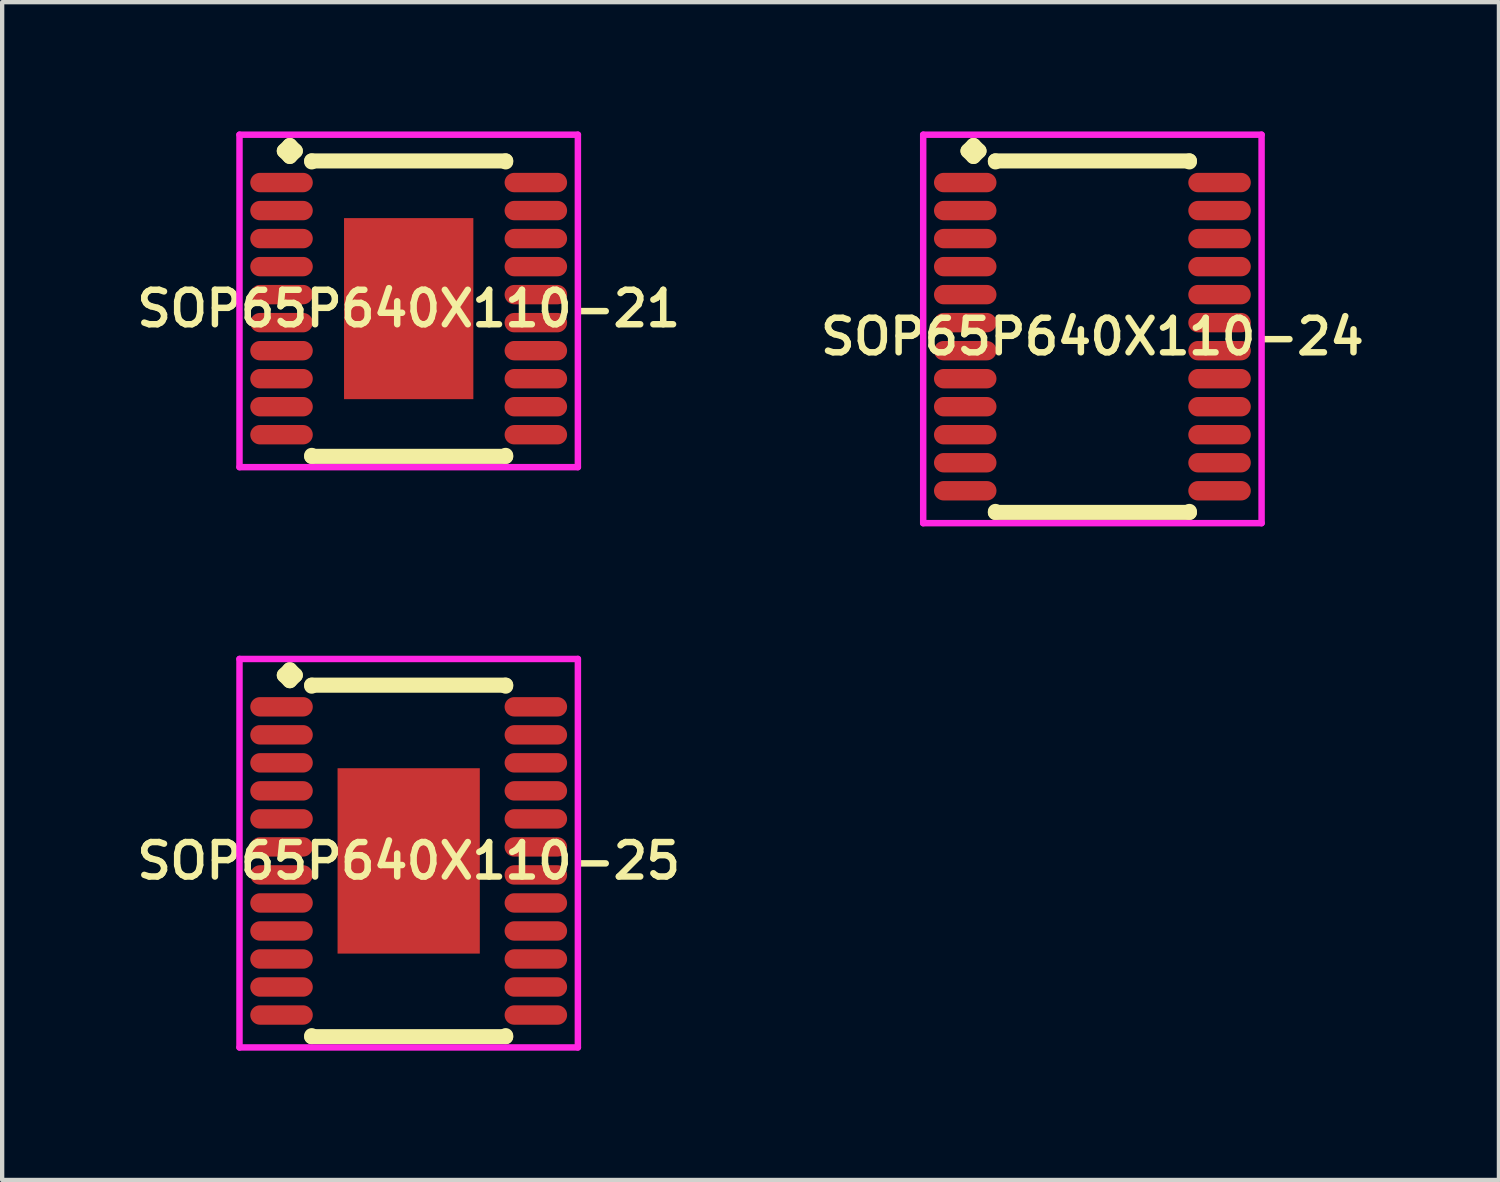
<source format=kicad_pcb>
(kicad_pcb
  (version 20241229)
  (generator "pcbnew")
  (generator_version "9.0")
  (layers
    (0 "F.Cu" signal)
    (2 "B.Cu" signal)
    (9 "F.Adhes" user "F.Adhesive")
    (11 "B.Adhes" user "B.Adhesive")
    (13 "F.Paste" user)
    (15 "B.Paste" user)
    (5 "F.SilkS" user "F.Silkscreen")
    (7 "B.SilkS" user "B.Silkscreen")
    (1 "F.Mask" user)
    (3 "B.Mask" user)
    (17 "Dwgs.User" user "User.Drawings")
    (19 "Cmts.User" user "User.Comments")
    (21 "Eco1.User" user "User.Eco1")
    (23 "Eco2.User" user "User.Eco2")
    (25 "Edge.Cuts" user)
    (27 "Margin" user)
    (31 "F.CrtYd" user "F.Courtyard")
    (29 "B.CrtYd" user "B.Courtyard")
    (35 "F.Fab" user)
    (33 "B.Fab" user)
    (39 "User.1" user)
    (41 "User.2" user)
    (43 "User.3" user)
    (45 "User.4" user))
  (footprint "SOP65P640X110-25"
    (layer "F.Cu")
    (at 6.431 16.922)
    (property "Reference" "SOP65P640X110-25" (at 0 0 0) (layer "F.SilkS") (effects (font (size 0.8 0.8) (thickness 0.15))))
    (attr smd)
    (fp_line (start -2.885 -4.308) (end -2.758 -4.435) (stroke (width 0.35) (type solid)) (layer "F.SilkS"))
    (fp_line (start -2.758 -4.435) (end -2.631 -4.308) (stroke (width 0.35) (type solid)) (layer "F.SilkS"))
    (fp_line (start -2.758 -4.181) (end -2.885 -4.308) (stroke (width 0.35) (type solid)) (layer "F.SilkS"))
    (fp_line (start -2.631 -4.308) (end -2.758 -4.181) (stroke (width 0.35) (type solid)) (layer "F.SilkS"))
    (fp_line (start -2.25 -4.077) (end 2.25 -4.077) (stroke (width 0.35) (type solid)) (layer "F.SilkS"))
    (fp_line (start -2.25 -4.054) (end -2.25 -4.077) (stroke (width 0.35) (type solid)) (layer "F.SilkS"))
    (fp_line (start -2.25 4.054) (end -2.25 4.077) (stroke (width 0.35) (type solid)) (layer "F.SilkS"))
    (fp_line (start -2.25 4.077) (end 2.25 4.077) (stroke (width 0.35) (type solid)) (layer "F.SilkS"))
    (fp_line (start 2.25 -4.077) (end 2.25 -4.054) (stroke (width 0.35) (type solid)) (layer "F.SilkS"))
    (fp_line (start 2.25 4.077) (end 2.25 4.054) (stroke (width 0.35) (type solid)) (layer "F.SilkS"))
    (fp_line (start -3.925 -4.685) (end 3.925 -4.685) (stroke (width 0.15) (type solid)) (layer "F.CrtYd"))
    (fp_line (start -3.925 4.327) (end -3.925 -4.685) (stroke (width 0.15) (type solid)) (layer "F.CrtYd"))
    (fp_line (start 3.925 -4.685) (end 3.925 4.327) (stroke (width 0.15) (type solid)) (layer "F.CrtYd"))
    (fp_line (start 3.925 4.327) (end -3.925 4.327) (stroke (width 0.15) (type solid)) (layer "F.CrtYd"))
    (pad "1" smd oval (at -2.95 -3.575) (size 1.45 0.45) (layers "F.Cu" "F.Mask" "F.Paste"))
    (pad "2" smd oval (at -2.95 -2.925) (size 1.45 0.45) (layers "F.Cu" "F.Mask" "F.Paste"))
    (pad "3" smd oval (at -2.95 -2.275) (size 1.45 0.45) (layers "F.Cu" "F.Mask" "F.Paste"))
    (pad "4" smd oval (at -2.95 -1.625) (size 1.45 0.45) (layers "F.Cu" "F.Mask" "F.Paste"))
    (pad "5" smd oval (at -2.95 -0.975) (size 1.45 0.45) (layers "F.Cu" "F.Mask" "F.Paste"))
    (pad "6" smd oval (at -2.95 -0.325) (size 1.45 0.45) (layers "F.Cu" "F.Mask" "F.Paste"))
    (pad "7" smd oval (at -2.95 0.325) (size 1.45 0.45) (layers "F.Cu" "F.Mask" "F.Paste"))
    (pad "8" smd oval (at -2.95 0.975) (size 1.45 0.45) (layers "F.Cu" "F.Mask" "F.Paste"))
    (pad "9" smd oval (at -2.95 1.625) (size 1.45 0.45) (layers "F.Cu" "F.Mask" "F.Paste"))
    (pad "10" smd oval (at -2.95 2.275) (size 1.45 0.45) (layers "F.Cu" "F.Mask" "F.Paste"))
    (pad "11" smd oval (at -2.95 2.925) (size 1.45 0.45) (layers "F.Cu" "F.Mask" "F.Paste"))
    (pad "12" smd oval (at -2.95 3.575) (size 1.45 0.45) (layers "F.Cu" "F.Mask" "F.Paste"))
    (pad "13" smd oval (at 2.95 3.575) (size 1.45 0.45) (layers "F.Cu" "F.Mask" "F.Paste"))
    (pad "14" smd oval (at 2.95 2.925) (size 1.45 0.45) (layers "F.Cu" "F.Mask" "F.Paste"))
    (pad "15" smd oval (at 2.95 2.275) (size 1.45 0.45) (layers "F.Cu" "F.Mask" "F.Paste"))
    (pad "16" smd oval (at 2.95 1.625) (size 1.45 0.45) (layers "F.Cu" "F.Mask" "F.Paste"))
    (pad "17" smd oval (at 2.95 0.975) (size 1.45 0.45) (layers "F.Cu" "F.Mask" "F.Paste"))
    (pad "18" smd oval (at 2.95 0.325) (size 1.45 0.45) (layers "F.Cu" "F.Mask" "F.Paste"))
    (pad "19" smd oval (at 2.95 -0.325) (size 1.45 0.45) (layers "F.Cu" "F.Mask" "F.Paste"))
    (pad "20" smd oval (at 2.95 -0.975) (size 1.45 0.45) (layers "F.Cu" "F.Mask" "F.Paste"))
    (pad "21" smd oval (at 2.95 -1.625) (size 1.45 0.45) (layers "F.Cu" "F.Mask" "F.Paste"))
    (pad "22" smd oval (at 2.95 -2.275) (size 1.45 0.45) (layers "F.Cu" "F.Mask" "F.Paste"))
    (pad "23" smd oval (at 2.95 -2.925) (size 1.45 0.45) (layers "F.Cu" "F.Mask" "F.Paste"))
    (pad "24" smd oval (at 2.95 -3.575) (size 1.45 0.45) (layers "F.Cu" "F.Mask" "F.Paste"))
    (pad "25" smd rect (at 0 0) (size 3.3 4.3) (layers "F.Cu" "F.Mask" "F.Paste")))
  (footprint "SOP65P640X110-24"
    (layer "F.Cu")
    (at 22.292 4.76)
    (property "Reference" "SOP65P640X110-24" (at 0 0 0) (layer "F.SilkS") (effects (font (size 0.8 0.8) (thickness 0.15))))
    (attr smd)
    (fp_line (start -2.885 -4.308) (end -2.758 -4.435) (stroke (width 0.35) (type solid)) (layer "F.SilkS"))
    (fp_line (start -2.758 -4.435) (end -2.631 -4.308) (stroke (width 0.35) (type solid)) (layer "F.SilkS"))
    (fp_line (start -2.758 -4.181) (end -2.885 -4.308) (stroke (width 0.35) (type solid)) (layer "F.SilkS"))
    (fp_line (start -2.631 -4.308) (end -2.758 -4.181) (stroke (width 0.35) (type solid)) (layer "F.SilkS"))
    (fp_line (start -2.25 -4.077) (end 2.25 -4.077) (stroke (width 0.35) (type solid)) (layer "F.SilkS"))
    (fp_line (start -2.25 -4.054) (end -2.25 -4.077) (stroke (width 0.35) (type solid)) (layer "F.SilkS"))
    (fp_line (start -2.25 4.054) (end -2.25 4.077) (stroke (width 0.35) (type solid)) (layer "F.SilkS"))
    (fp_line (start -2.25 4.077) (end 2.25 4.077) (stroke (width 0.35) (type solid)) (layer "F.SilkS"))
    (fp_line (start 2.25 -4.077) (end 2.25 -4.054) (stroke (width 0.35) (type solid)) (layer "F.SilkS"))
    (fp_line (start 2.25 4.077) (end 2.25 4.054) (stroke (width 0.35) (type solid)) (layer "F.SilkS"))
    (fp_line (start -3.925 -4.685) (end 3.925 -4.685) (stroke (width 0.15) (type solid)) (layer "F.CrtYd"))
    (fp_line (start -3.925 4.327) (end -3.925 -4.685) (stroke (width 0.15) (type solid)) (layer "F.CrtYd"))
    (fp_line (start 3.925 -4.685) (end 3.925 4.327) (stroke (width 0.15) (type solid)) (layer "F.CrtYd"))
    (fp_line (start 3.925 4.327) (end -3.925 4.327) (stroke (width 0.15) (type solid)) (layer "F.CrtYd"))
    (pad "1" smd oval (at -2.95 -3.575) (size 1.45 0.45) (layers "F.Cu" "F.Mask" "F.Paste"))
    (pad "2" smd oval (at -2.95 -2.925) (size 1.45 0.45) (layers "F.Cu" "F.Mask" "F.Paste"))
    (pad "3" smd oval (at -2.95 -2.275) (size 1.45 0.45) (layers "F.Cu" "F.Mask" "F.Paste"))
    (pad "4" smd oval (at -2.95 -1.625) (size 1.45 0.45) (layers "F.Cu" "F.Mask" "F.Paste"))
    (pad "5" smd oval (at -2.95 -0.975) (size 1.45 0.45) (layers "F.Cu" "F.Mask" "F.Paste"))
    (pad "6" smd oval (at -2.95 -0.325) (size 1.45 0.45) (layers "F.Cu" "F.Mask" "F.Paste"))
    (pad "7" smd oval (at -2.95 0.325) (size 1.45 0.45) (layers "F.Cu" "F.Mask" "F.Paste"))
    (pad "8" smd oval (at -2.95 0.975) (size 1.45 0.45) (layers "F.Cu" "F.Mask" "F.Paste"))
    (pad "9" smd oval (at -2.95 1.625) (size 1.45 0.45) (layers "F.Cu" "F.Mask" "F.Paste"))
    (pad "10" smd oval (at -2.95 2.275) (size 1.45 0.45) (layers "F.Cu" "F.Mask" "F.Paste"))
    (pad "11" smd oval (at -2.95 2.925) (size 1.45 0.45) (layers "F.Cu" "F.Mask" "F.Paste"))
    (pad "12" smd oval (at -2.95 3.575) (size 1.45 0.45) (layers "F.Cu" "F.Mask" "F.Paste"))
    (pad "13" smd oval (at 2.95 3.575) (size 1.45 0.45) (layers "F.Cu" "F.Mask" "F.Paste"))
    (pad "14" smd oval (at 2.95 2.925) (size 1.45 0.45) (layers "F.Cu" "F.Mask" "F.Paste"))
    (pad "15" smd oval (at 2.95 2.275) (size 1.45 0.45) (layers "F.Cu" "F.Mask" "F.Paste"))
    (pad "16" smd oval (at 2.95 1.625) (size 1.45 0.45) (layers "F.Cu" "F.Mask" "F.Paste"))
    (pad "17" smd oval (at 2.95 0.975) (size 1.45 0.45) (layers "F.Cu" "F.Mask" "F.Paste"))
    (pad "18" smd oval (at 2.95 0.325) (size 1.45 0.45) (layers "F.Cu" "F.Mask" "F.Paste"))
    (pad "19" smd oval (at 2.95 -0.325) (size 1.45 0.45) (layers "F.Cu" "F.Mask" "F.Paste"))
    (pad "20" smd oval (at 2.95 -0.975) (size 1.45 0.45) (layers "F.Cu" "F.Mask" "F.Paste"))
    (pad "21" smd oval (at 2.95 -1.625) (size 1.45 0.45) (layers "F.Cu" "F.Mask" "F.Paste"))
    (pad "22" smd oval (at 2.95 -2.275) (size 1.45 0.45) (layers "F.Cu" "F.Mask" "F.Paste"))
    (pad "23" smd oval (at 2.95 -2.925) (size 1.45 0.45) (layers "F.Cu" "F.Mask" "F.Paste"))
    (pad "24" smd oval (at 2.95 -3.575) (size 1.45 0.45) (layers "F.Cu" "F.Mask" "F.Paste")))
  (footprint "SOP65P640X110-21"
    (layer "F.Cu")
    (at 6.431 4.11)
    (property "Reference" "SOP65P640X110-21" (at 0 0 0) (layer "F.SilkS") (effects (font (size 0.8 0.8) (thickness 0.15))))
    (attr smd)
    (fp_line (start -2.885 -3.658) (end -2.758 -3.785) (stroke (width 0.35) (type solid)) (layer "F.SilkS"))
    (fp_line (start -2.758 -3.785) (end -2.631 -3.658) (stroke (width 0.35) (type solid)) (layer "F.SilkS"))
    (fp_line (start -2.758 -3.531) (end -2.885 -3.658) (stroke (width 0.35) (type solid)) (layer "F.SilkS"))
    (fp_line (start -2.631 -3.658) (end -2.758 -3.531) (stroke (width 0.35) (type solid)) (layer "F.SilkS"))
    (fp_line (start -2.25 -3.427) (end 2.25 -3.427) (stroke (width 0.35) (type solid)) (layer "F.SilkS"))
    (fp_line (start -2.25 -3.404) (end -2.25 -3.427) (stroke (width 0.35) (type solid)) (layer "F.SilkS"))
    (fp_line (start -2.25 3.404) (end -2.25 3.427) (stroke (width 0.35) (type solid)) (layer "F.SilkS"))
    (fp_line (start -2.25 3.427) (end 2.25 3.427) (stroke (width 0.35) (type solid)) (layer "F.SilkS"))
    (fp_line (start 2.25 -3.427) (end 2.25 -3.404) (stroke (width 0.35) (type solid)) (layer "F.SilkS"))
    (fp_line (start 2.25 3.427) (end 2.25 3.404) (stroke (width 0.35) (type solid)) (layer "F.SilkS"))
    (fp_line (start -3.925 -4.035) (end 3.925 -4.035) (stroke (width 0.15) (type solid)) (layer "F.CrtYd"))
    (fp_line (start -3.925 3.677) (end -3.925 -4.035) (stroke (width 0.15) (type solid)) (layer "F.CrtYd"))
    (fp_line (start 3.925 -4.035) (end 3.925 3.677) (stroke (width 0.15) (type solid)) (layer "F.CrtYd"))
    (fp_line (start 3.925 3.677) (end -3.925 3.677) (stroke (width 0.15) (type solid)) (layer "F.CrtYd"))
    (pad "1" smd oval (at -2.95 -2.925) (size 1.45 0.45) (layers "F.Cu" "F.Mask" "F.Paste"))
    (pad "2" smd oval (at -2.95 -2.275) (size 1.45 0.45) (layers "F.Cu" "F.Mask" "F.Paste"))
    (pad "3" smd oval (at -2.95 -1.625) (size 1.45 0.45) (layers "F.Cu" "F.Mask" "F.Paste"))
    (pad "4" smd oval (at -2.95 -0.975) (size 1.45 0.45) (layers "F.Cu" "F.Mask" "F.Paste"))
    (pad "5" smd oval (at -2.95 -0.325) (size 1.45 0.45) (layers "F.Cu" "F.Mask" "F.Paste"))
    (pad "6" smd oval (at -2.95 0.325) (size 1.45 0.45) (layers "F.Cu" "F.Mask" "F.Paste"))
    (pad "7" smd oval (at -2.95 0.975) (size 1.45 0.45) (layers "F.Cu" "F.Mask" "F.Paste"))
    (pad "8" smd oval (at -2.95 1.625) (size 1.45 0.45) (layers "F.Cu" "F.Mask" "F.Paste"))
    (pad "9" smd oval (at -2.95 2.275) (size 1.45 0.45) (layers "F.Cu" "F.Mask" "F.Paste"))
    (pad "10" smd oval (at -2.95 2.925) (size 1.45 0.45) (layers "F.Cu" "F.Mask" "F.Paste"))
    (pad "11" smd oval (at 2.95 2.925) (size 1.45 0.45) (layers "F.Cu" "F.Mask" "F.Paste"))
    (pad "12" smd oval (at 2.95 2.275) (size 1.45 0.45) (layers "F.Cu" "F.Mask" "F.Paste"))
    (pad "13" smd oval (at 2.95 1.625) (size 1.45 0.45) (layers "F.Cu" "F.Mask" "F.Paste"))
    (pad "14" smd oval (at 2.95 0.975) (size 1.45 0.45) (layers "F.Cu" "F.Mask" "F.Paste"))
    (pad "15" smd oval (at 2.95 0.325) (size 1.45 0.45) (layers "F.Cu" "F.Mask" "F.Paste"))
    (pad "16" smd oval (at 2.95 -0.325) (size 1.45 0.45) (layers "F.Cu" "F.Mask" "F.Paste"))
    (pad "17" smd oval (at 2.95 -0.975) (size 1.45 0.45) (layers "F.Cu" "F.Mask" "F.Paste"))
    (pad "18" smd oval (at 2.95 -1.625) (size 1.45 0.45) (layers "F.Cu" "F.Mask" "F.Paste"))
    (pad "19" smd oval (at 2.95 -2.275) (size 1.45 0.45) (layers "F.Cu" "F.Mask" "F.Paste"))
    (pad "20" smd oval (at 2.95 -2.925) (size 1.45 0.45) (layers "F.Cu" "F.Mask" "F.Paste"))
    (pad "21" smd rect (at 0 0) (size 3 4.2) (layers "F.Cu" "F.Mask" "F.Paste")))
  (gr_rect
    (start -3 -3)
    (end 31.723 24.324)
    (stroke (width 0.1) (type default))
    (fill no)
    (layer "Edge.Cuts")))
</source>
